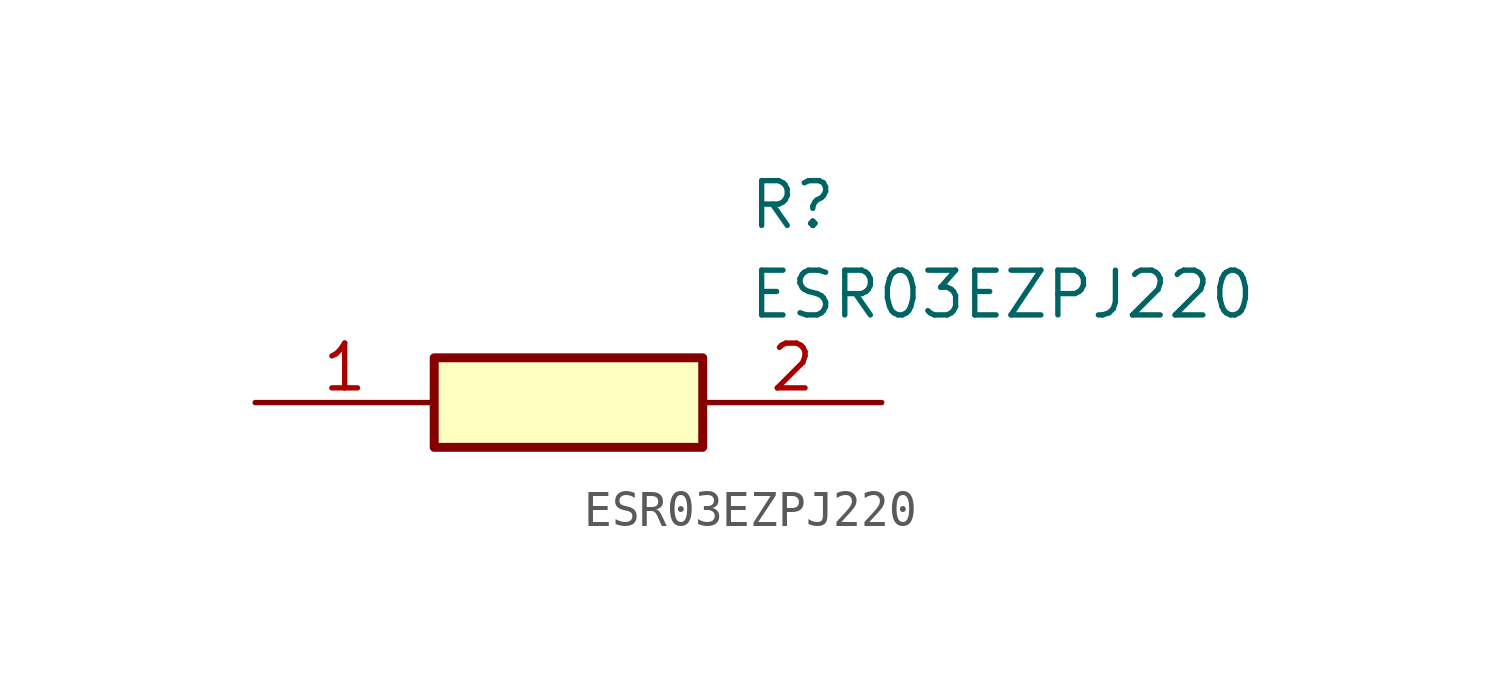
<source format=kicad_sym>
(kicad_symbol_lib
  (version 20211014)
  (generator SamacSys_ECAD_Model)
  (symbol "ESR03EZPJ220"
    (pin_names hide)
    (property "Reference" "R"
      (at 13.97 6.35 0)
      (effects (font (size 1.27 1.27)) (justify left top)))
    (property "Value" "ESR03EZPJ220"
      (at 13.97 3.81 0)
      (effects (font (size 1.27 1.27)) (justify left top)))
    (rectangle
      (start 5.08 1.27)
      (end 12.7 -1.27)
      (stroke (width 0.254) (type default))
      (fill (type background)))
    (pin passive line
      (at 0 0 0)
      (length 5.08)
      (name "1" (effects (font (size 1.27 1.27))))
      (number "1" (effects (font (size 1.27 1.27)))))
    (pin passive line
      (at 17.78 0 180)
      (length 5.08)
      (name "2" (effects (font (size 1.27 1.27))))
      (number "2" (effects (font (size 1.27 1.27)))))))
</source>
